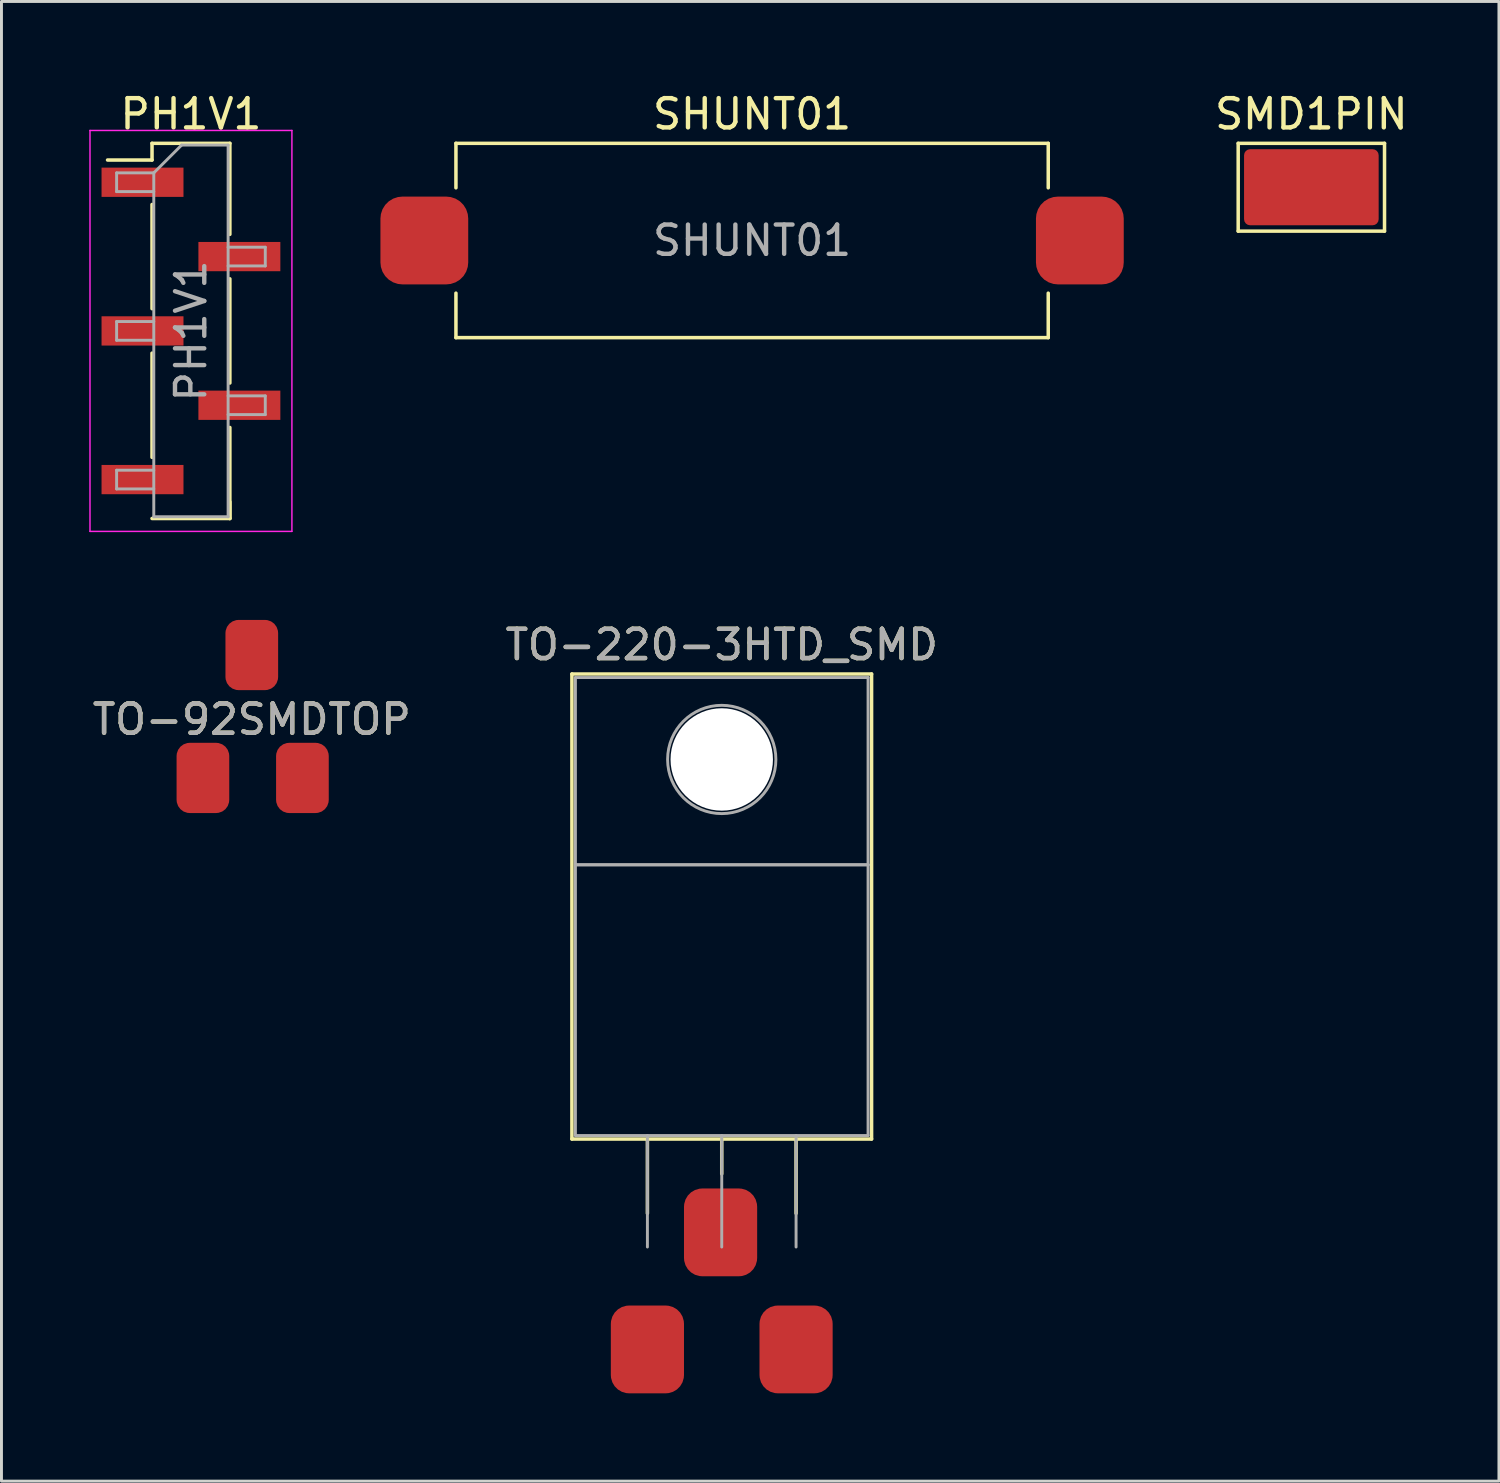
<source format=kicad_pcb>
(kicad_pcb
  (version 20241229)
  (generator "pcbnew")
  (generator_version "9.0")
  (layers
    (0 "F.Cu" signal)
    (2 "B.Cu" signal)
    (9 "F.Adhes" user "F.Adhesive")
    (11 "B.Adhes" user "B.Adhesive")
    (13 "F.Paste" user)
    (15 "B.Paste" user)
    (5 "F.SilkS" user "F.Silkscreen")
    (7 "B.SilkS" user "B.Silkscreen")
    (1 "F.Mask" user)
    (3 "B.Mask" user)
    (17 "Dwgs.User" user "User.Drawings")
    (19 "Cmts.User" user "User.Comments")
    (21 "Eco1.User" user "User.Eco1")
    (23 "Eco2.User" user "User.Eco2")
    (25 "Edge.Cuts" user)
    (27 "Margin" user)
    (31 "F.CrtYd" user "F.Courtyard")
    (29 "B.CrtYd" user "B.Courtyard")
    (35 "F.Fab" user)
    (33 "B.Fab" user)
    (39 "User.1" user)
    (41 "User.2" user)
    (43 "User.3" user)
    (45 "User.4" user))
  (footprint "SHUNT01"
    (layer "F.Cu")
    (at 11.45 5.168)
    (property "Reference" "SHUNT01" (at 11.2 -4.32 0) (layer "F.SilkS") (effects (font (size 1 1) (thickness 0.15))))
    (attr through_hole)
    (fp_line (start 1.08 -3.32) (end 21.32 -3.32) (stroke (width 0.12) (type solid)) (layer "F.SilkS"))
    (fp_line (start 1.08 -1.8) (end 1.08 -3.32) (stroke (width 0.12) (type solid)) (layer "F.SilkS"))
    (fp_line (start 1.08 1.8) (end 1.08 3.32) (stroke (width 0.12) (type solid)) (layer "F.SilkS"))
    (fp_line (start 1.08 3.32) (end 21.32 3.32) (stroke (width 0.12) (type solid)) (layer "F.SilkS"))
    (fp_line (start 21.32 -3.32) (end 21.32 -1.8) (stroke (width 0.12) (type solid)) (layer "F.SilkS"))
    (fp_line (start 21.32 3.32) (end 21.32 1.8) (stroke (width 0.12) (type solid)) (layer "F.SilkS"))
    (fp_text user "${REFERENCE}" (at 11.2 0 0) (layer "F.Fab") (effects (font (size 1 1) (thickness 0.15))))
    (pad "1" smd roundrect (at 0 0) (size 3 3) (layers "F.Cu" "F.Mask" "F.Paste") (roundrect_rratio 0.25))
    (pad "2" smd roundrect (at 22.4 0) (size 3 3) (layers "F.Cu" "F.Mask" "F.Paste") (roundrect_rratio 0.25)))
  (footprint "TO-220-3HTD_SMD"
    (layer "F.Cu")
    (at 19.073 39.562)
    (property "Reference" "TO-220-3HTD_SMD" (at 2.54 -20.58 0) (layer "F.SilkS") (effects (font (size 1 1) (thickness 0.15))))
    (attr through_hole)
    (fp_line (start -2.58 -19.58) (end -2.58 -3.69) (stroke (width 0.12) (type solid)) (layer "F.SilkS"))
    (fp_line (start -2.58 -19.58) (end 7.66 -19.58) (stroke (width 0.12) (type solid)) (layer "F.SilkS"))
    (fp_line (start -2.58 -3.69) (end 7.66 -3.69) (stroke (width 0.12) (type solid)) (layer "F.SilkS"))
    (fp_line (start 0 -3.69) (end 0 -1.15) (stroke (width 0.12) (type solid)) (layer "F.SilkS"))
    (fp_line (start 2.54 -3.69) (end 2.54 -2.5) (stroke (width 0.12) (type solid)) (layer "F.SilkS"))
    (fp_line (start 5.08 -3.69) (end 5.08 -1.15) (stroke (width 0.12) (type solid)) (layer "F.SilkS"))
    (fp_line (start 7.66 -19.58) (end 7.66 -3.69) (stroke (width 0.12) (type solid)) (layer "F.SilkS"))
    (fp_line (start -2.46 -19.46) (end 7.54 -19.46) (stroke (width 0.1) (type solid)) (layer "F.Fab"))
    (fp_line (start -2.46 -13.06) (end -2.46 -19.46) (stroke (width 0.1) (type solid)) (layer "F.Fab"))
    (fp_line (start -2.46 -13.06) (end 7.54 -13.06) (stroke (width 0.1) (type solid)) (layer "F.Fab"))
    (fp_line (start -2.46 -3.81) (end -2.46 -13.06) (stroke (width 0.1) (type solid)) (layer "F.Fab"))
    (fp_line (start 0 -3.81) (end 0 0) (stroke (width 0.1) (type solid)) (layer "F.Fab"))
    (fp_line (start 2.54 -3.81) (end 2.54 0) (stroke (width 0.1) (type solid)) (layer "F.Fab"))
    (fp_line (start 5.08 -3.81) (end 5.08 0) (stroke (width 0.1) (type solid)) (layer "F.Fab"))
    (fp_line (start 7.54 -19.46) (end 7.54 -13.06) (stroke (width 0.1) (type solid)) (layer "F.Fab"))
    (fp_line (start 7.54 -13.06) (end -2.46 -13.06) (stroke (width 0.1) (type solid)) (layer "F.Fab"))
    (fp_line (start 7.54 -13.06) (end 7.54 -3.81) (stroke (width 0.1) (type solid)) (layer "F.Fab"))
    (fp_line (start 7.54 -3.81) (end -2.46 -3.81) (stroke (width 0.1) (type solid)) (layer "F.Fab"))
    (fp_circle (center 2.54 -16.66) (end 4.39 -16.66) (stroke (width 0.1) (type solid)) (fill no) (layer "F.Fab"))
    (fp_text user "${REFERENCE}" (at 2.54 -20.58 0) (layer "F.Fab") (effects (font (size 1 1) (thickness 0.15))))
    (pad "" np_thru_hole oval (at 2.54 -16.66) (size 3.5 3.5) (drill 3.5) (layers "*.Cu" "*.Mask"))
    (pad "1" smd roundrect (at 0 3.5) (size 2.5 3) (layers "F.Cu" "F.Mask" "F.Paste") (roundrect_rratio 0.25))
    (pad "2" smd roundrect (at 2.5 -0.5) (size 2.5 3) (layers "F.Cu" "F.Mask" "F.Paste") (roundrect_rratio 0.25))
    (pad "3" smd roundrect (at 5.08 3.5) (size 2.5 3) (layers "F.Cu" "F.Mask" "F.Paste") (roundrect_rratio 0.25)))
  (footprint "PH1V1"
    (layer "F.Cu")
    (at 3.475 8.258)
    (property "Reference" "PH1V1" (at 0 -7.41 0) (layer "F.SilkS") (effects (font (size 1 1) (thickness 0.15))))
    (attr smd)
    (fp_line (start -1.33 -6.41) (end -1.33 -5.84) (stroke (width 0.12) (type solid)) (layer "F.SilkS"))
    (fp_line (start -1.33 -6.41) (end 1.33 -6.41) (stroke (width 0.12) (type solid)) (layer "F.SilkS"))
    (fp_line (start -1.33 -5.84) (end -2.85 -5.84) (stroke (width 0.12) (type solid)) (layer "F.SilkS"))
    (fp_line (start -1.33 -4.32) (end -1.33 -0.76) (stroke (width 0.12) (type solid)) (layer "F.SilkS"))
    (fp_line (start -1.33 0.76) (end -1.33 4.32) (stroke (width 0.12) (type solid)) (layer "F.SilkS"))
    (fp_line (start -1.33 6.41) (end 1.33 6.41) (stroke (width 0.12) (type solid)) (layer "F.SilkS"))
    (fp_line (start 1.33 -6.41) (end 1.33 -3.3) (stroke (width 0.12) (type solid)) (layer "F.SilkS"))
    (fp_line (start 1.33 -1.78) (end 1.33 1.78) (stroke (width 0.12) (type solid)) (layer "F.SilkS"))
    (fp_line (start 1.33 3.3) (end 1.33 6.41) (stroke (width 0.12) (type solid)) (layer "F.SilkS"))
    (fp_line (start 1.33 5.84) (end 1.33 6.41) (stroke (width 0.12) (type solid)) (layer "F.SilkS"))
    (fp_line (start -3.45 -6.85) (end -3.45 6.85) (stroke (width 0.05) (type solid)) (layer "F.CrtYd"))
    (fp_line (start -3.45 6.85) (end 3.45 6.85) (stroke (width 0.05) (type solid)) (layer "F.CrtYd"))
    (fp_line (start 3.45 -6.85) (end -3.45 -6.85) (stroke (width 0.05) (type solid)) (layer "F.CrtYd"))
    (fp_line (start 3.45 6.85) (end 3.45 -6.85) (stroke (width 0.05) (type solid)) (layer "F.CrtYd"))
    (fp_line (start -2.54 -5.4) (end -2.54 -4.76) (stroke (width 0.1) (type solid)) (layer "F.Fab"))
    (fp_line (start -2.54 -4.76) (end -1.27 -4.76) (stroke (width 0.1) (type solid)) (layer "F.Fab"))
    (fp_line (start -2.54 -0.32) (end -2.54 0.32) (stroke (width 0.1) (type solid)) (layer "F.Fab"))
    (fp_line (start -2.54 0.32) (end -1.27 0.32) (stroke (width 0.1) (type solid)) (layer "F.Fab"))
    (fp_line (start -2.54 4.76) (end -2.54 5.4) (stroke (width 0.1) (type solid)) (layer "F.Fab"))
    (fp_line (start -2.54 5.4) (end -1.27 5.4) (stroke (width 0.1) (type solid)) (layer "F.Fab"))
    (fp_line (start -1.27 -5.4) (end -2.54 -5.4) (stroke (width 0.1) (type solid)) (layer "F.Fab"))
    (fp_line (start -1.27 -5.4) (end -0.32 -6.35) (stroke (width 0.1) (type solid)) (layer "F.Fab"))
    (fp_line (start -1.27 -0.32) (end -2.54 -0.32) (stroke (width 0.1) (type solid)) (layer "F.Fab"))
    (fp_line (start -1.27 4.76) (end -2.54 4.76) (stroke (width 0.1) (type solid)) (layer "F.Fab"))
    (fp_line (start -1.27 6.35) (end -1.27 -5.4) (stroke (width 0.1) (type solid)) (layer "F.Fab"))
    (fp_line (start -0.32 -6.35) (end 1.27 -6.35) (stroke (width 0.1) (type solid)) (layer "F.Fab"))
    (fp_line (start 1.27 -6.35) (end 1.27 6.35) (stroke (width 0.1) (type solid)) (layer "F.Fab"))
    (fp_line (start 1.27 -2.86) (end 2.54 -2.86) (stroke (width 0.1) (type solid)) (layer "F.Fab"))
    (fp_line (start 1.27 2.22) (end 2.54 2.22) (stroke (width 0.1) (type solid)) (layer "F.Fab"))
    (fp_line (start 1.27 6.35) (end -1.27 6.35) (stroke (width 0.1) (type solid)) (layer "F.Fab"))
    (fp_line (start 2.54 -2.86) (end 2.54 -2.22) (stroke (width 0.1) (type solid)) (layer "F.Fab"))
    (fp_line (start 2.54 -2.22) (end 1.27 -2.22) (stroke (width 0.1) (type solid)) (layer "F.Fab"))
    (fp_line (start 2.54 2.22) (end 2.54 2.86) (stroke (width 0.1) (type solid)) (layer "F.Fab"))
    (fp_line (start 2.54 2.86) (end 1.27 2.86) (stroke (width 0.1) (type solid)) (layer "F.Fab"))
    (fp_text user "${REFERENCE}" (at 0 0 90) (layer "F.Fab") (effects (font (size 1 1) (thickness 0.15))))
    (pad "1" smd rect (at -1.655 -5.08) (size 2.8 1) (layers "F.Cu" "F.Mask" "F.Paste"))
    (pad "2" smd rect (at 1.655 -2.54) (size 2.8 1) (layers "F.Cu" "F.Mask" "F.Paste"))
    (pad "3" smd rect (at -1.655 0) (size 2.8 1) (layers "F.Cu" "F.Mask" "F.Paste"))
    (pad "4" smd rect (at 1.655 2.54) (size 2.8 1) (layers "F.Cu" "F.Mask" "F.Paste"))
    (pad "5" smd rect (at -1.655 5.08) (size 2.8 1) (layers "F.Cu" "F.Mask" "F.Paste")))
  (footprint "SMD1PIN"
    (layer "F.Cu")
    (at 41.761 3.348)
    (property "Reference" "SMD1PIN" (at 0 -2.5 0) (layer "F.SilkS") (effects (font (size 1 1) (thickness 0.15))))
    (attr through_hole)
    (fp_line (start -2.5 -1.5) (end -2.5 1.5) (stroke (width 0.12) (type solid)) (layer "F.SilkS"))
    (fp_line (start -2.5 1.5) (end 2.5 1.5) (stroke (width 0.12) (type solid)) (layer "F.SilkS"))
    (fp_line (start 2.5 -1.5) (end -2.5 -1.5) (stroke (width 0.12) (type solid)) (layer "F.SilkS"))
    (fp_line (start 2.5 -1.5) (end 2.5 1.5) (stroke (width 0.12) (type solid)) (layer "F.SilkS"))
    (pad "1" smd roundrect (at 0 0) (size 4.6 2.6) (layers "F.Cu" "F.Mask" "F.Paste") (roundrect_rratio 0.08)))
  (footprint "TO-92SMDTOP"
    (layer "F.Cu")
    (at 5.554 21.533)
    (property "Reference" "TO-92SMDTOP" (at 0 0 0) (layer "F.SilkS") (effects (font (size 1 1) (thickness 0.15))))
    (attr through_hole)
    (fp_text user "${REFERENCE}" (at 0 0 0) (layer "F.Fab") (effects (font (size 1 1) (thickness 0.15))))
    (pad "1" smd roundrect (at -1.67 2 90) (size 2.4 1.8) (layers "F.Cu" "F.Mask" "F.Paste") (roundrect_rratio 0.25))
    (pad "2" smd roundrect (at 0 -2.2 90) (size 2.4 1.8) (layers "F.Cu" "F.Mask" "F.Paste") (roundrect_rratio 0.25))
    (pad "3" smd roundrect (at 1.73 2 90) (size 2.4 1.8) (layers "F.Cu" "F.Mask" "F.Paste") (roundrect_rratio 0.25)))
  (gr_rect
    (start -3 -3)
    (end 48.171 47.562)
    (stroke (width 0.1) (type default))
    (fill no)
    (layer "Edge.Cuts")))
</source>
